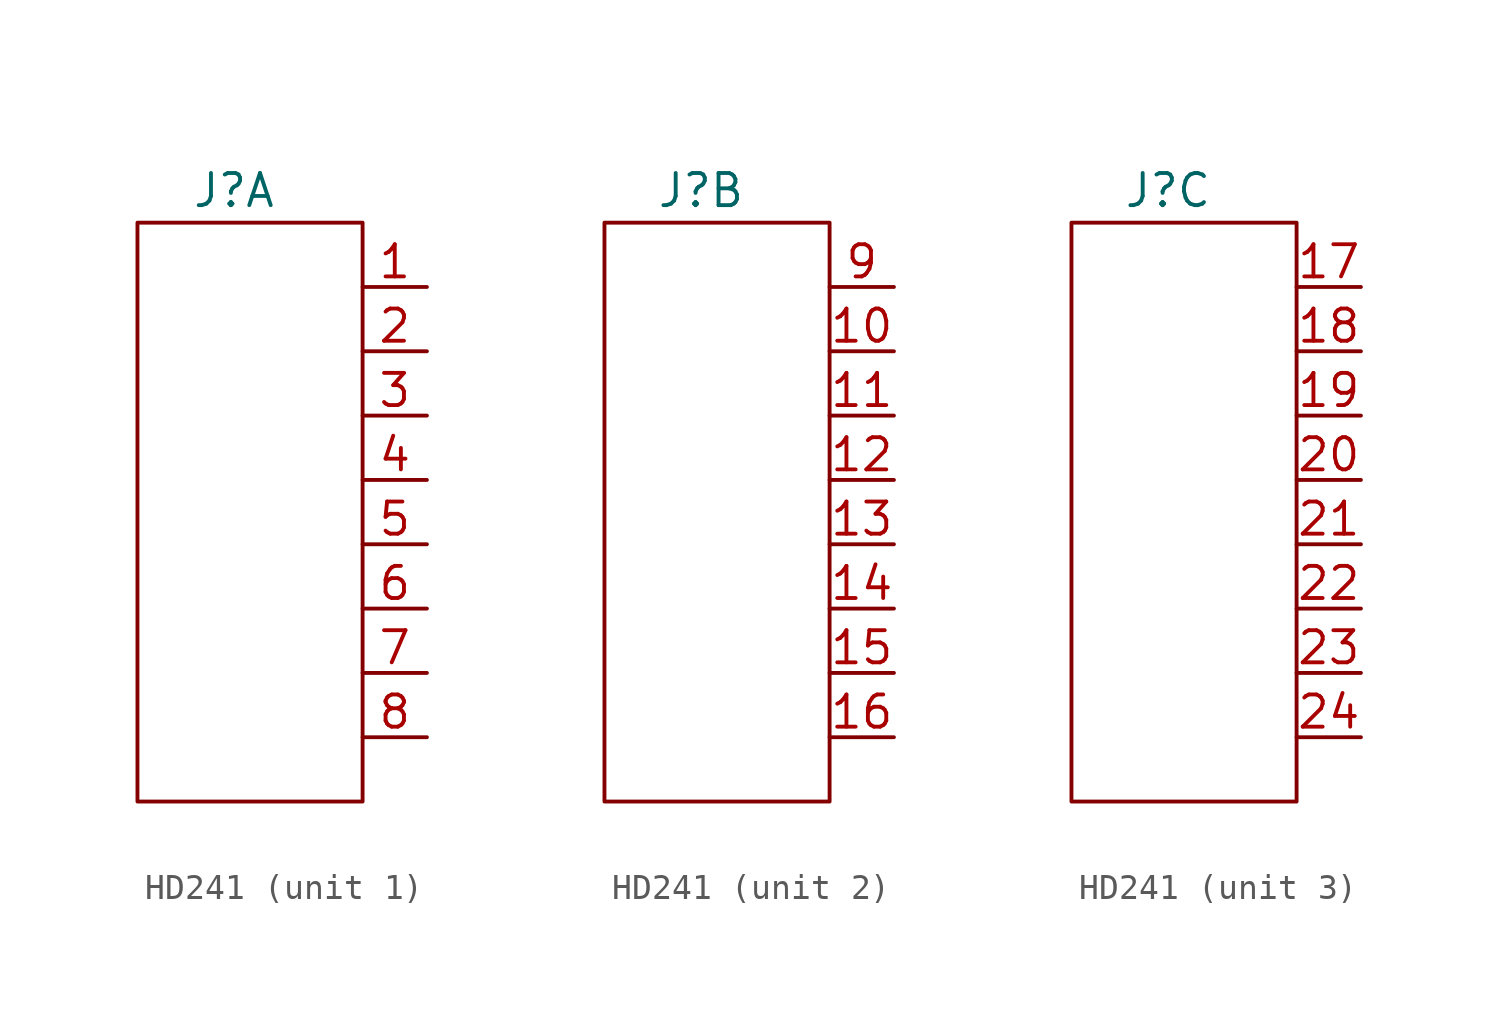
<source format=kicad_sym>
(kicad_symbol_lib
  (version 20220914)
  (generator kicad_symbol_editor)
  (symbol "HD241"
    (property "Reference" "J"
      (at 3.81 1.27 0)
      (effects (font (size 1.27 1.27))))
    (property "Value" ""
      (at 0 0 0)
      (effects (font (size 1.27 1.27))))
    (symbol "HD241_0_1"
      (rectangle (start 0 0) (end 8.89 -22.86) (stroke (width 0) (type default)) (fill (type none))))
    (symbol "HD241_1_1"
      (pin bidirectional line (at 11.43 -2.54 180) (length 2.54) (name "" (effects (font (size 1.27 1.27)))) (number "1" (effects (font (size 1.27 1.27)))))
      (pin bidirectional line (at 11.43 -5.08 180) (length 2.54) (name "" (effects (font (size 1.27 1.27)))) (number "2" (effects (font (size 1.27 1.27)))))
      (pin bidirectional line (at 11.43 -7.62 180) (length 2.54) (name "" (effects (font (size 1.27 1.27)))) (number "3" (effects (font (size 1.27 1.27)))))
      (pin bidirectional line (at 11.43 -10.16 180) (length 2.54) (name "" (effects (font (size 1.27 1.27)))) (number "4" (effects (font (size 1.27 1.27)))))
      (pin bidirectional line (at 11.43 -12.7 180) (length 2.54) (name "" (effects (font (size 1.27 1.27)))) (number "5" (effects (font (size 1.27 1.27)))))
      (pin bidirectional line (at 11.43 -15.24 180) (length 2.54) (name "" (effects (font (size 1.27 1.27)))) (number "6" (effects (font (size 1.27 1.27)))))
      (pin bidirectional line (at 11.43 -17.78 180) (length 2.54) (name "" (effects (font (size 1.27 1.27)))) (number "7" (effects (font (size 1.27 1.27)))))
      (pin bidirectional line (at 11.43 -20.32 180) (length 2.54) (name "" (effects (font (size 1.27 1.27)))) (number "8" (effects (font (size 1.27 1.27))))))
    (symbol "HD241_2_1"
      (pin bidirectional line (at 11.43 -5.08 180) (length 2.54) (name "" (effects (font (size 1.27 1.27)))) (number "10" (effects (font (size 1.27 1.27)))))
      (pin bidirectional line (at 11.43 -7.62 180) (length 2.54) (name "" (effects (font (size 1.27 1.27)))) (number "11" (effects (font (size 1.27 1.27)))))
      (pin bidirectional line (at 11.43 -10.16 180) (length 2.54) (name "" (effects (font (size 1.27 1.27)))) (number "12" (effects (font (size 1.27 1.27)))))
      (pin bidirectional line (at 11.43 -12.7 180) (length 2.54) (name "" (effects (font (size 1.27 1.27)))) (number "13" (effects (font (size 1.27 1.27)))))
      (pin bidirectional line (at 11.43 -15.24 180) (length 2.54) (name "" (effects (font (size 1.27 1.27)))) (number "14" (effects (font (size 1.27 1.27)))))
      (pin bidirectional line (at 11.43 -17.78 180) (length 2.54) (name "" (effects (font (size 1.27 1.27)))) (number "15" (effects (font (size 1.27 1.27)))))
      (pin bidirectional line (at 11.43 -20.32 180) (length 2.54) (name "" (effects (font (size 1.27 1.27)))) (number "16" (effects (font (size 1.27 1.27)))))
      (pin bidirectional line (at 11.43 -2.54 180) (length 2.54) (name "" (effects (font (size 1.27 1.27)))) (number "9" (effects (font (size 1.27 1.27))))))
    (symbol "HD241_3_1"
      (pin bidirectional line (at 11.43 -2.54 180) (length 2.54) (name "" (effects (font (size 1.27 1.27)))) (number "17" (effects (font (size 1.27 1.27)))))
      (pin bidirectional line (at 11.43 -5.08 180) (length 2.54) (name "" (effects (font (size 1.27 1.27)))) (number "18" (effects (font (size 1.27 1.27)))))
      (pin bidirectional line (at 11.43 -7.62 180) (length 2.54) (name "" (effects (font (size 1.27 1.27)))) (number "19" (effects (font (size 1.27 1.27)))))
      (pin bidirectional line (at 11.43 -10.16 180) (length 2.54) (name "" (effects (font (size 1.27 1.27)))) (number "20" (effects (font (size 1.27 1.27)))))
      (pin bidirectional line (at 11.43 -12.7 180) (length 2.54) (name "" (effects (font (size 1.27 1.27)))) (number "21" (effects (font (size 1.27 1.27)))))
      (pin bidirectional line (at 11.43 -15.24 180) (length 2.54) (name "" (effects (font (size 1.27 1.27)))) (number "22" (effects (font (size 1.27 1.27)))))
      (pin bidirectional line (at 11.43 -17.78 180) (length 2.54) (name "" (effects (font (size 1.27 1.27)))) (number "23" (effects (font (size 1.27 1.27)))))
      (pin bidirectional line (at 11.43 -20.32 180) (length 2.54) (name "" (effects (font (size 1.27 1.27)))) (number "24" (effects (font (size 1.27 1.27))))))))
</source>
